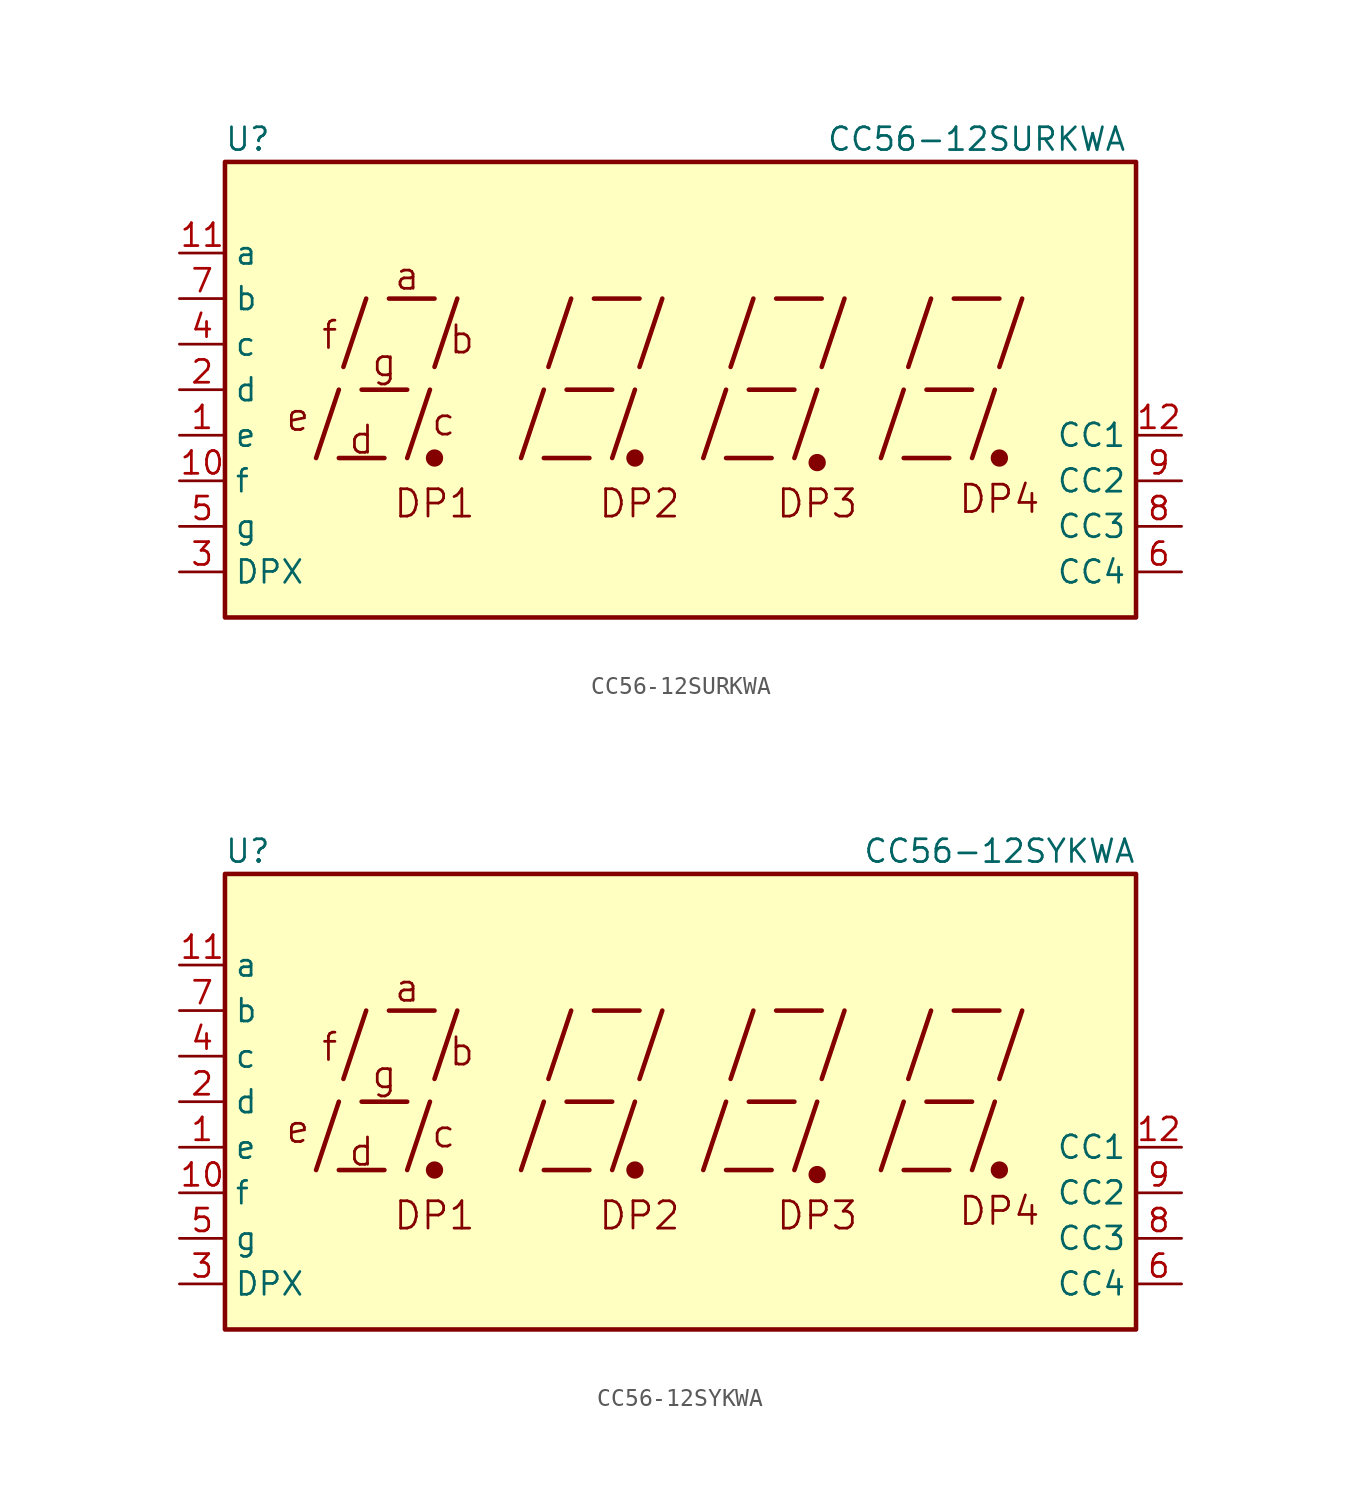
<source format=kicad_sym>
(kicad_symbol_lib
  (version 20200908)
  (generator kicad_symbol_editor)
  (symbol "Display_Character:CC56-12SURKWA"
    (property "Reference" "U"
      (at -24.13 13.97 0)
      (effects (font (size 1.27 1.27))))
    (property "Value" "CC56-12SURKWA"
      (at 16.51 13.97 0)
      (effects (font (size 1.27 1.27))))
    (symbol "CC56-12SURKWA_1_0"
      (circle (center 7.62 -4.064) (radius 0.356) (stroke (width 0.254)) (fill (type outline)))
      (circle (center 17.78 -3.81) (radius 0.356) (stroke (width 0.254)) (fill (type outline))))
    (symbol "CC56-12SURKWA_0_1"
      (circle (center -13.716 -3.81) (radius 0.356) (stroke (width 0.254)) (fill (type outline)))
      (circle (center -2.54 -3.81) (radius 0.356) (stroke (width 0.254)) (fill (type outline))))
    (symbol "CC56-12SURKWA_0_0"
      (text "a" (at -15.24 6.35 0) (effects (font (size 1.524 1.524))))
      (text "b" (at -12.192 2.794 0) (effects (font (size 1.524 1.524))))
      (text "c" (at -13.208 -1.778 0) (effects (font (size 1.524 1.524))))
      (text "d" (at -17.78 -2.794 0) (effects (font (size 1.524 1.524))))
      (text "DP1" (at -13.716 -6.35 0) (effects (font (size 1.524 1.524))))
      (text "DP2" (at -2.286 -6.35 0) (effects (font (size 1.524 1.524))))
      (text "DP3" (at 7.62 -6.35 0) (effects (font (size 1.524 1.524))))
      (text "DP4" (at 17.78 -6.096 0) (effects (font (size 1.524 1.524))))
      (text "e" (at -21.336 -1.524 0) (effects (font (size 1.524 1.524))))
      (text "f" (at -19.558 3.048 0) (effects (font (size 1.524 1.524))))
      (text "g" (at -16.51 1.524 0) (effects (font (size 1.524 1.524))))
      (rectangle (start -25.4 12.7) (end 25.4 -12.7) (stroke (width 0.254)) (fill (type background)))
      (polyline (pts (xy -20.32 -3.81) (xy -19.05 0)) (stroke (width 0.254)) (fill (type none)))
      (polyline (pts (xy -19.05 -3.81) (xy -16.51 -3.81)) (stroke (width 0.254)) (fill (type none)))
      (polyline (pts (xy -18.796 1.27) (xy -17.526 5.08)) (stroke (width 0.254)) (fill (type none)))
      (polyline (pts (xy -17.78 0) (xy -15.24 0)) (stroke (width 0.254)) (fill (type none)))
      (polyline (pts (xy -16.256 5.08) (xy -13.716 5.08)) (stroke (width 0.254)) (fill (type none)))
      (polyline (pts (xy -15.24 -3.81) (xy -13.97 0)) (stroke (width 0.254)) (fill (type none)))
      (polyline (pts (xy -13.716 1.27) (xy -12.446 5.08)) (stroke (width 0.254)) (fill (type none)))
      (polyline (pts (xy -8.89 -3.81) (xy -7.62 0)) (stroke (width 0.254)) (fill (type none)))
      (polyline (pts (xy -7.62 -3.81) (xy -5.08 -3.81)) (stroke (width 0.254)) (fill (type none)))
      (polyline (pts (xy -7.366 1.27) (xy -6.096 5.08)) (stroke (width 0.254)) (fill (type none)))
      (polyline (pts (xy -6.35 0) (xy -3.81 0)) (stroke (width 0.254)) (fill (type none)))
      (polyline (pts (xy -4.826 5.08) (xy -2.286 5.08)) (stroke (width 0.254)) (fill (type none)))
      (polyline (pts (xy -3.81 -3.81) (xy -2.54 0)) (stroke (width 0.254)) (fill (type none)))
      (polyline (pts (xy -2.286 1.27) (xy -1.016 5.08)) (stroke (width 0.254)) (fill (type none)))
      (polyline (pts (xy 1.27 -3.81) (xy 2.54 0)) (stroke (width 0.254)) (fill (type none)))
      (polyline (pts (xy 2.54 -3.81) (xy 5.08 -3.81)) (stroke (width 0.254)) (fill (type none)))
      (polyline (pts (xy 2.794 1.27) (xy 4.064 5.08)) (stroke (width 0.254)) (fill (type none)))
      (polyline (pts (xy 3.81 0) (xy 6.35 0)) (stroke (width 0.254)) (fill (type none)))
      (polyline (pts (xy 5.334 5.08) (xy 7.874 5.08)) (stroke (width 0.254)) (fill (type none)))
      (polyline (pts (xy 6.35 -3.81) (xy 7.62 0)) (stroke (width 0.254)) (fill (type none)))
      (polyline (pts (xy 7.874 1.27) (xy 9.144 5.08)) (stroke (width 0.254)) (fill (type none)))
      (polyline (pts (xy 11.176 -3.81) (xy 12.446 0)) (stroke (width 0.254)) (fill (type none)))
      (polyline (pts (xy 12.446 -3.81) (xy 14.986 -3.81)) (stroke (width 0.254)) (fill (type none)))
      (polyline (pts (xy 12.7 1.27) (xy 13.97 5.08)) (stroke (width 0.254)) (fill (type none)))
      (polyline (pts (xy 13.716 0) (xy 16.256 0)) (stroke (width 0.254)) (fill (type none)))
      (polyline (pts (xy 15.24 5.08) (xy 17.78 5.08)) (stroke (width 0.254)) (fill (type none)))
      (polyline (pts (xy 16.256 -3.81) (xy 17.526 0)) (stroke (width 0.254)) (fill (type none)))
      (polyline (pts (xy 17.78 1.27) (xy 19.05 5.08)) (stroke (width 0.254)) (fill (type none))))
    (symbol "CC56-12SURKWA_1_1"
      (pin input line (at -27.94 -2.54 0) (length 2.54) (name "e" (effects (font (size 1.27 1.27)))) (number "1" (effects (font (size 1.27 1.27)))))
      (pin input line (at -27.94 -5.08 0) (length 2.54) (name "f" (effects (font (size 1.27 1.27)))) (number "10" (effects (font (size 1.27 1.27)))))
      (pin input line (at -27.94 7.62 0) (length 2.54) (name "a" (effects (font (size 1.27 1.27)))) (number "11" (effects (font (size 1.27 1.27)))))
      (pin input line (at 27.94 -2.54 180) (length 2.54) (name "CC1" (effects (font (size 1.27 1.27)))) (number "12" (effects (font (size 1.27 1.27)))))
      (pin input line (at -27.94 0 0) (length 2.54) (name "d" (effects (font (size 1.27 1.27)))) (number "2" (effects (font (size 1.27 1.27)))))
      (pin input line (at -27.94 -10.16 0) (length 2.54) (name "DPX" (effects (font (size 1.27 1.27)))) (number "3" (effects (font (size 1.27 1.27)))))
      (pin input line (at -27.94 2.54 0) (length 2.54) (name "c" (effects (font (size 1.27 1.27)))) (number "4" (effects (font (size 1.27 1.27)))))
      (pin input line (at -27.94 -7.62 0) (length 2.54) (name "g" (effects (font (size 1.27 1.27)))) (number "5" (effects (font (size 1.27 1.27)))))
      (pin input line (at 27.94 -10.16 180) (length 2.54) (name "CC4" (effects (font (size 1.27 1.27)))) (number "6" (effects (font (size 1.27 1.27)))))
      (pin input line (at -27.94 5.08 0) (length 2.54) (name "b" (effects (font (size 1.27 1.27)))) (number "7" (effects (font (size 1.27 1.27)))))
      (pin input line (at 27.94 -7.62 180) (length 2.54) (name "CC3" (effects (font (size 1.27 1.27)))) (number "8" (effects (font (size 1.27 1.27)))))
      (pin input line (at 27.94 -5.08 180) (length 2.54) (name "CC2" (effects (font (size 1.27 1.27)))) (number "9" (effects (font (size 1.27 1.27)))))))
  (symbol "Display_Character:CC56-12SYKWA"
    (property "Reference" "U"
      (at -24.13 13.97 0)
      (effects (font (size 1.27 1.27))))
    (property "Value" "CC56-12SYKWA"
      (at 17.78 13.97 0)
      (effects (font (size 1.27 1.27))))
    (symbol "CC56-12SYKWA_1_0"
      (circle (center 7.62 -4.064) (radius 0.356) (stroke (width 0.254)) (fill (type outline)))
      (circle (center 17.78 -3.81) (radius 0.356) (stroke (width 0.254)) (fill (type outline))))
    (symbol "CC56-12SYKWA_0_1"
      (circle (center -13.716 -3.81) (radius 0.356) (stroke (width 0.254)) (fill (type outline)))
      (circle (center -2.54 -3.81) (radius 0.356) (stroke (width 0.254)) (fill (type outline))))
    (symbol "CC56-12SYKWA_0_0"
      (text "a" (at -15.24 6.35 0) (effects (font (size 1.524 1.524))))
      (text "b" (at -12.192 2.794 0) (effects (font (size 1.524 1.524))))
      (text "c" (at -13.208 -1.778 0) (effects (font (size 1.524 1.524))))
      (text "d" (at -17.78 -2.794 0) (effects (font (size 1.524 1.524))))
      (text "DP1" (at -13.716 -6.35 0) (effects (font (size 1.524 1.524))))
      (text "DP2" (at -2.286 -6.35 0) (effects (font (size 1.524 1.524))))
      (text "DP3" (at 7.62 -6.35 0) (effects (font (size 1.524 1.524))))
      (text "DP4" (at 17.78 -6.096 0) (effects (font (size 1.524 1.524))))
      (text "e" (at -21.336 -1.524 0) (effects (font (size 1.524 1.524))))
      (text "f" (at -19.558 3.048 0) (effects (font (size 1.524 1.524))))
      (text "g" (at -16.51 1.524 0) (effects (font (size 1.524 1.524))))
      (rectangle (start -25.4 12.7) (end 25.4 -12.7) (stroke (width 0.254)) (fill (type background)))
      (polyline (pts (xy -20.32 -3.81) (xy -19.05 0)) (stroke (width 0.254)) (fill (type none)))
      (polyline (pts (xy -19.05 -3.81) (xy -16.51 -3.81)) (stroke (width 0.254)) (fill (type none)))
      (polyline (pts (xy -18.796 1.27) (xy -17.526 5.08)) (stroke (width 0.254)) (fill (type none)))
      (polyline (pts (xy -17.78 0) (xy -15.24 0)) (stroke (width 0.254)) (fill (type none)))
      (polyline (pts (xy -16.256 5.08) (xy -13.716 5.08)) (stroke (width 0.254)) (fill (type none)))
      (polyline (pts (xy -15.24 -3.81) (xy -13.97 0)) (stroke (width 0.254)) (fill (type none)))
      (polyline (pts (xy -13.716 1.27) (xy -12.446 5.08)) (stroke (width 0.254)) (fill (type none)))
      (polyline (pts (xy -8.89 -3.81) (xy -7.62 0)) (stroke (width 0.254)) (fill (type none)))
      (polyline (pts (xy -7.62 -3.81) (xy -5.08 -3.81)) (stroke (width 0.254)) (fill (type none)))
      (polyline (pts (xy -7.366 1.27) (xy -6.096 5.08)) (stroke (width 0.254)) (fill (type none)))
      (polyline (pts (xy -6.35 0) (xy -3.81 0)) (stroke (width 0.254)) (fill (type none)))
      (polyline (pts (xy -4.826 5.08) (xy -2.286 5.08)) (stroke (width 0.254)) (fill (type none)))
      (polyline (pts (xy -3.81 -3.81) (xy -2.54 0)) (stroke (width 0.254)) (fill (type none)))
      (polyline (pts (xy -2.286 1.27) (xy -1.016 5.08)) (stroke (width 0.254)) (fill (type none)))
      (polyline (pts (xy 1.27 -3.81) (xy 2.54 0)) (stroke (width 0.254)) (fill (type none)))
      (polyline (pts (xy 2.54 -3.81) (xy 5.08 -3.81)) (stroke (width 0.254)) (fill (type none)))
      (polyline (pts (xy 2.794 1.27) (xy 4.064 5.08)) (stroke (width 0.254)) (fill (type none)))
      (polyline (pts (xy 3.81 0) (xy 6.35 0)) (stroke (width 0.254)) (fill (type none)))
      (polyline (pts (xy 5.334 5.08) (xy 7.874 5.08)) (stroke (width 0.254)) (fill (type none)))
      (polyline (pts (xy 6.35 -3.81) (xy 7.62 0)) (stroke (width 0.254)) (fill (type none)))
      (polyline (pts (xy 7.874 1.27) (xy 9.144 5.08)) (stroke (width 0.254)) (fill (type none)))
      (polyline (pts (xy 11.176 -3.81) (xy 12.446 0)) (stroke (width 0.254)) (fill (type none)))
      (polyline (pts (xy 12.446 -3.81) (xy 14.986 -3.81)) (stroke (width 0.254)) (fill (type none)))
      (polyline (pts (xy 12.7 1.27) (xy 13.97 5.08)) (stroke (width 0.254)) (fill (type none)))
      (polyline (pts (xy 13.716 0) (xy 16.256 0)) (stroke (width 0.254)) (fill (type none)))
      (polyline (pts (xy 15.24 5.08) (xy 17.78 5.08)) (stroke (width 0.254)) (fill (type none)))
      (polyline (pts (xy 16.256 -3.81) (xy 17.526 0)) (stroke (width 0.254)) (fill (type none)))
      (polyline (pts (xy 17.78 1.27) (xy 19.05 5.08)) (stroke (width 0.254)) (fill (type none))))
    (symbol "CC56-12SYKWA_1_1"
      (pin input line (at -27.94 -2.54 0) (length 2.54) (name "e" (effects (font (size 1.27 1.27)))) (number "1" (effects (font (size 1.27 1.27)))))
      (pin input line (at -27.94 -5.08 0) (length 2.54) (name "f" (effects (font (size 1.27 1.27)))) (number "10" (effects (font (size 1.27 1.27)))))
      (pin input line (at -27.94 7.62 0) (length 2.54) (name "a" (effects (font (size 1.27 1.27)))) (number "11" (effects (font (size 1.27 1.27)))))
      (pin input line (at 27.94 -2.54 180) (length 2.54) (name "CC1" (effects (font (size 1.27 1.27)))) (number "12" (effects (font (size 1.27 1.27)))))
      (pin input line (at -27.94 0 0) (length 2.54) (name "d" (effects (font (size 1.27 1.27)))) (number "2" (effects (font (size 1.27 1.27)))))
      (pin input line (at -27.94 -10.16 0) (length 2.54) (name "DPX" (effects (font (size 1.27 1.27)))) (number "3" (effects (font (size 1.27 1.27)))))
      (pin input line (at -27.94 2.54 0) (length 2.54) (name "c" (effects (font (size 1.27 1.27)))) (number "4" (effects (font (size 1.27 1.27)))))
      (pin input line (at -27.94 -7.62 0) (length 2.54) (name "g" (effects (font (size 1.27 1.27)))) (number "5" (effects (font (size 1.27 1.27)))))
      (pin input line (at 27.94 -10.16 180) (length 2.54) (name "CC4" (effects (font (size 1.27 1.27)))) (number "6" (effects (font (size 1.27 1.27)))))
      (pin input line (at -27.94 5.08 0) (length 2.54) (name "b" (effects (font (size 1.27 1.27)))) (number "7" (effects (font (size 1.27 1.27)))))
      (pin input line (at 27.94 -7.62 180) (length 2.54) (name "CC3" (effects (font (size 1.27 1.27)))) (number "8" (effects (font (size 1.27 1.27)))))
      (pin input line (at 27.94 -5.08 180) (length 2.54) (name "CC2" (effects (font (size 1.27 1.27)))) (number "9" (effects (font (size 1.27 1.27))))))))
</source>
